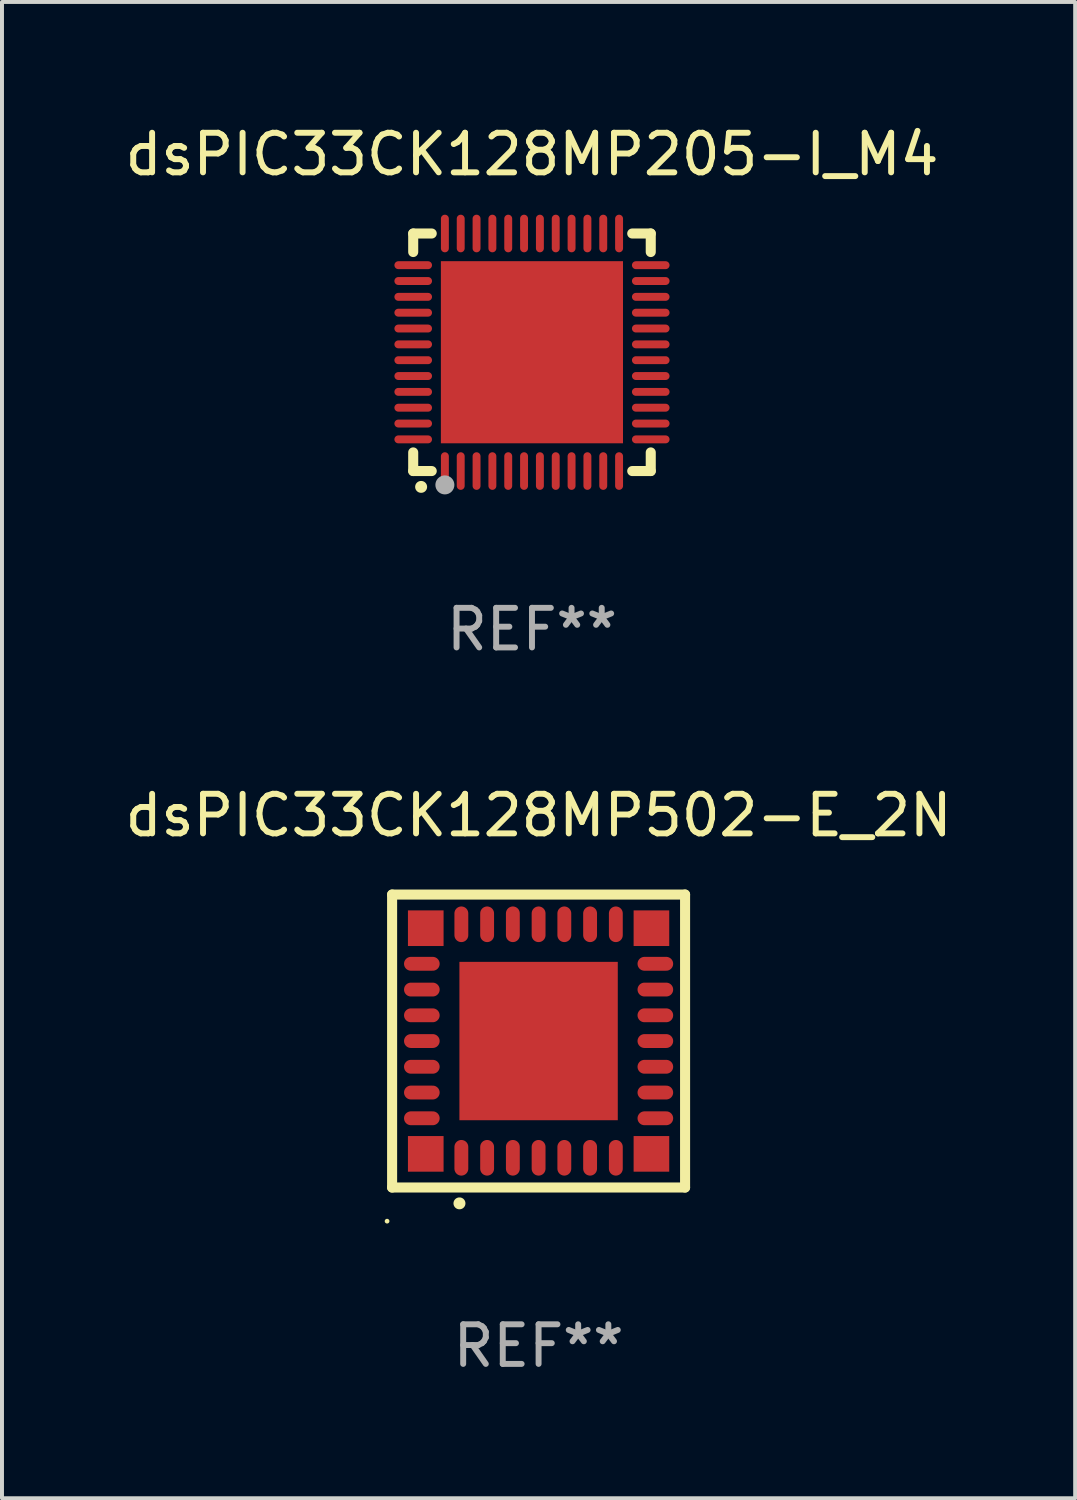
<source format=kicad_pcb>
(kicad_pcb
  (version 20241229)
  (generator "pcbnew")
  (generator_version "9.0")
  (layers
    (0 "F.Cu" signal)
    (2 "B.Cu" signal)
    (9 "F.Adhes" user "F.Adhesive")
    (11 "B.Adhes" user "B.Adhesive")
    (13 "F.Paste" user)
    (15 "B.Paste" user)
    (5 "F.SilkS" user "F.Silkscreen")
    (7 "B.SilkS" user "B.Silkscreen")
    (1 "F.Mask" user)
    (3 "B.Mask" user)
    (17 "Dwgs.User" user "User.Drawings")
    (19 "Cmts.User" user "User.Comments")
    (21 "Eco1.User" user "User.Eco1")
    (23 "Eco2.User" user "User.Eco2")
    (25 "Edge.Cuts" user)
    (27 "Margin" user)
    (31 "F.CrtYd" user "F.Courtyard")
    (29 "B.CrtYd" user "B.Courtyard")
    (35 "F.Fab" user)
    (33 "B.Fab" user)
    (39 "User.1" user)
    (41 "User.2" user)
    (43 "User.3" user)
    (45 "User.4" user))
  (footprint "dsPIC33CK128MP502-E_2N"
    (layer "F.Cu")
    (at 10.554 23.245)
    (property "Reference" "dsPIC33CK128MP502-E_2N" (at 0 -5.7 0) (layer "F.SilkS") (effects (font (size 1 1) (thickness 0.15))))
    (attr through_hole)
    (fp_line (start -3.7 -3.7) (end 3.7 -3.7) (stroke (width 0.254) (type solid)) (layer "F.SilkS"))
    (fp_line (start -3.7 3.7) (end -3.7 -3.7) (stroke (width 0.254) (type solid)) (layer "F.SilkS"))
    (fp_line (start 3.7 -3.7) (end 3.7 3.7) (stroke (width 0.254) (type solid)) (layer "F.SilkS"))
    (fp_line (start 3.7 3.7) (end -3.7 3.7) (stroke (width 0.254) (type solid)) (layer "F.SilkS"))
    (fp_arc (start -2 4.1) (mid -1.99873 4.099995) (end -1.99746 4.1) (stroke (width 0.3) (type solid)) (layer "F.SilkS"))
    (fp_circle (center -3.827 4.55) (end -3.797 4.55) (stroke (width 0.06) (type solid)) (fill no) (layer "F.SilkS"))
    (fp_text user "REF**" (at 0 7.7 0) (layer "F.Fab") (effects (font (size 1 1) (thickness 0.15))))
    (pad "1" smd oval (at -1.951 2.949 180) (size 0.35 0.9) (layers "F.Cu" "F.Mask" "F.Paste"))
    (pad "2" smd oval (at -1.3 2.949 180) (size 0.35 0.9) (layers "F.Cu" "F.Mask" "F.Paste"))
    (pad "3" smd oval (at -0.65 2.949 180) (size 0.35 0.9) (layers "F.Cu" "F.Mask" "F.Paste"))
    (pad "4" smd oval (at 0.000051 2.949 180) (size 0.35 0.9) (layers "F.Cu" "F.Mask" "F.Paste"))
    (pad "5" smd oval (at 0.65 2.949 180) (size 0.35 0.9) (layers "F.Cu" "F.Mask" "F.Paste"))
    (pad "6" smd oval (at 1.301 2.949 180) (size 0.35 0.9) (layers "F.Cu" "F.Mask" "F.Paste"))
    (pad "7" smd oval (at 1.951 2.949 180) (size 0.35 0.9) (layers "F.Cu" "F.Mask" "F.Paste"))
    (pad "8" smd oval (at 2.949 1.951 90) (size 0.35 0.9) (layers "F.Cu" "F.Mask" "F.Paste"))
    (pad "9" smd oval (at 2.949 1.301 90) (size 0.35 0.9) (layers "F.Cu" "F.Mask" "F.Paste"))
    (pad "10" smd oval (at 2.949 0.65 90) (size 0.35 0.9) (layers "F.Cu" "F.Mask" "F.Paste"))
    (pad "11" smd oval (at 2.949 0.000051 90) (size 0.35 0.9) (layers "F.Cu" "F.Mask" "F.Paste"))
    (pad "12" smd oval (at 2.949 -0.65 90) (size 0.35 0.9) (layers "F.Cu" "F.Mask" "F.Paste"))
    (pad "13" smd oval (at 2.949 -1.3 90) (size 0.35 0.9) (layers "F.Cu" "F.Mask" "F.Paste"))
    (pad "14" smd oval (at 2.949 -1.951 90) (size 0.35 0.9) (layers "F.Cu" "F.Mask" "F.Paste"))
    (pad "15" smd oval (at 1.951 -2.949 180) (size 0.35 0.9) (layers "F.Cu" "F.Mask" "F.Paste"))
    (pad "16" smd oval (at 1.301 -2.949 180) (size 0.35 0.9) (layers "F.Cu" "F.Mask" "F.Paste"))
    (pad "17" smd oval (at 0.65 -2.949 180) (size 0.35 0.9) (layers "F.Cu" "F.Mask" "F.Paste"))
    (pad "18" smd oval (at 0.000051 -2.949 180) (size 0.35 0.9) (layers "F.Cu" "F.Mask" "F.Paste"))
    (pad "19" smd oval (at -0.65 -2.949 180) (size 0.35 0.9) (layers "F.Cu" "F.Mask" "F.Paste"))
    (pad "20" smd oval (at -1.3 -2.949 180) (size 0.35 0.9) (layers "F.Cu" "F.Mask" "F.Paste"))
    (pad "21" smd oval (at -1.951 -2.949 180) (size 0.35 0.9) (layers "F.Cu" "F.Mask" "F.Paste"))
    (pad "22" smd oval (at -2.949 -1.951 90) (size 0.35 0.9) (layers "F.Cu" "F.Mask" "F.Paste"))
    (pad "23" smd oval (at -2.949 -1.3 90) (size 0.35 0.9) (layers "F.Cu" "F.Mask" "F.Paste"))
    (pad "24" smd oval (at -2.949 -0.65 90) (size 0.35 0.9) (layers "F.Cu" "F.Mask" "F.Paste"))
    (pad "25" smd oval (at -2.949 0.000051 90) (size 0.35 0.9) (layers "F.Cu" "F.Mask" "F.Paste"))
    (pad "26" smd oval (at -2.949 0.65 90) (size 0.35 0.9) (layers "F.Cu" "F.Mask" "F.Paste"))
    (pad "27" smd oval (at -2.949 1.301 90) (size 0.35 0.9) (layers "F.Cu" "F.Mask" "F.Paste"))
    (pad "28" smd oval (at -2.949 1.951 90) (size 0.35 0.9) (layers "F.Cu" "F.Mask" "F.Paste"))
    (pad "29" smd rect (at -2.85 -2.85 90) (size 0.9 0.9) (layers "F.Cu" "F.Mask" "F.Paste"))
    (pad "29" smd rect (at -2.85 2.85 90) (size 0.9 0.9) (layers "F.Cu" "F.Mask" "F.Paste"))
    (pad "29" smd rect (at 0.000051 0.000051 90) (size 4 4) (layers "F.Cu" "F.Mask" "F.Paste"))
    (pad "29" smd rect (at 2.85 -2.85 90) (size 0.9 0.9) (layers "F.Cu" "F.Mask" "F.Paste"))
    (pad "29" smd rect (at 2.85 2.85 90) (size 0.9 0.9) (layers "F.Cu" "F.Mask" "F.Paste")))
  (footprint "dsPIC33CK128MP205-I_M4"
    (layer "F.Cu")
    (at 10.387 5.848)
    (property "Reference" "dsPIC33CK128MP205-I_M4" (at 0 -5 0) (layer "F.SilkS") (effects (font (size 1 1) (thickness 0.15))))
    (attr through_hole)
    (fp_line (start -3 -3) (end -2.532 -3) (stroke (width 0.254) (type solid)) (layer "F.SilkS"))
    (fp_line (start -3 -2.532) (end -3 -3) (stroke (width 0.254) (type solid)) (layer "F.SilkS"))
    (fp_line (start -3 3) (end -3 2.529) (stroke (width 0.254) (type solid)) (layer "F.SilkS"))
    (fp_line (start -2.532 3) (end -3 3) (stroke (width 0.254) (type solid)) (layer "F.SilkS"))
    (fp_line (start 2.532 -3) (end 3 -3) (stroke (width 0.254) (type solid)) (layer "F.SilkS"))
    (fp_line (start 3 -3) (end 3 -2.532) (stroke (width 0.254) (type solid)) (layer "F.SilkS"))
    (fp_line (start 3 2.529) (end 3 3) (stroke (width 0.254) (type solid)) (layer "F.SilkS"))
    (fp_line (start 3 3) (end 2.532 3) (stroke (width 0.254) (type solid)) (layer "F.SilkS"))
    (fp_arc (start -2.801295 3.400025) (mid -2.800025 3.40002) (end -2.798755 3.400025) (stroke (width 0.3) (type solid)) (layer "F.SilkS"))
    (fp_circle (center -3 3) (end -2.97 3) (stroke (width 0.06) (type solid)) (fill no) (layer "F.SilkS"))
    (fp_circle (center -2.2 3.35) (end -2.08 3.35) (stroke (width 0.24) (type solid)) (fill no) (layer "F.Fab"))
    (fp_text user "REF**" (at 0 7 0) (layer "F.Fab") (effects (font (size 1 1) (thickness 0.15))))
    (pad "1" smd oval (at -2.2 3) (size 0.2 0.95) (layers "F.Cu" "F.Mask" "F.Paste"))
    (pad "2" smd oval (at -1.8 3) (size 0.2 0.95) (layers "F.Cu" "F.Mask" "F.Paste"))
    (pad "3" smd oval (at -1.4 3) (size 0.2 0.95) (layers "F.Cu" "F.Mask" "F.Paste"))
    (pad "4" smd oval (at -1 3) (size 0.2 0.95) (layers "F.Cu" "F.Mask" "F.Paste"))
    (pad "5" smd oval (at -0.6 3) (size 0.2 0.95) (layers "F.Cu" "F.Mask" "F.Paste"))
    (pad "6" smd oval (at -0.2 3) (size 0.2 0.95) (layers "F.Cu" "F.Mask" "F.Paste"))
    (pad "7" smd oval (at 0.2 3) (size 0.2 0.95) (layers "F.Cu" "F.Mask" "F.Paste"))
    (pad "8" smd oval (at 0.6 3) (size 0.2 0.95) (layers "F.Cu" "F.Mask" "F.Paste"))
    (pad "9" smd oval (at 1 3) (size 0.2 0.95) (layers "F.Cu" "F.Mask" "F.Paste"))
    (pad "10" smd oval (at 1.4 3) (size 0.2 0.95) (layers "F.Cu" "F.Mask" "F.Paste"))
    (pad "11" smd oval (at 1.8 3) (size 0.2 0.95) (layers "F.Cu" "F.Mask" "F.Paste"))
    (pad "12" smd oval (at 2.2 3) (size 0.2 0.95) (layers "F.Cu" "F.Mask" "F.Paste"))
    (pad "13" smd oval (at 3 2.2 90) (size 0.2 0.95) (layers "F.Cu" "F.Mask" "F.Paste"))
    (pad "14" smd oval (at 3 1.8 90) (size 0.2 0.95) (layers "F.Cu" "F.Mask" "F.Paste"))
    (pad "15" smd oval (at 3 1.4 90) (size 0.2 0.95) (layers "F.Cu" "F.Mask" "F.Paste"))
    (pad "16" smd oval (at 3 1 90) (size 0.2 0.95) (layers "F.Cu" "F.Mask" "F.Paste"))
    (pad "17" smd oval (at 3 0.6 90) (size 0.2 0.95) (layers "F.Cu" "F.Mask" "F.Paste"))
    (pad "18" smd oval (at 3 0.2 90) (size 0.2 0.95) (layers "F.Cu" "F.Mask" "F.Paste"))
    (pad "19" smd oval (at 3 -0.2 90) (size 0.2 0.95) (layers "F.Cu" "F.Mask" "F.Paste"))
    (pad "20" smd oval (at 3 -0.6 90) (size 0.2 0.95) (layers "F.Cu" "F.Mask" "F.Paste"))
    (pad "21" smd oval (at 3 -1 90) (size 0.2 0.95) (layers "F.Cu" "F.Mask" "F.Paste"))
    (pad "22" smd oval (at 3 -1.4 90) (size 0.2 0.95) (layers "F.Cu" "F.Mask" "F.Paste"))
    (pad "23" smd oval (at 3 -1.8 90) (size 0.2 0.95) (layers "F.Cu" "F.Mask" "F.Paste"))
    (pad "24" smd oval (at 3 -2.2 90) (size 0.2 0.95) (layers "F.Cu" "F.Mask" "F.Paste"))
    (pad "25" smd oval (at 2.2 -3 180) (size 0.2 0.95) (layers "F.Cu" "F.Mask" "F.Paste"))
    (pad "26" smd oval (at 1.8 -3 180) (size 0.2 0.95) (layers "F.Cu" "F.Mask" "F.Paste"))
    (pad "27" smd oval (at 1.4 -3 180) (size 0.2 0.95) (layers "F.Cu" "F.Mask" "F.Paste"))
    (pad "28" smd oval (at 1 -3 180) (size 0.2 0.95) (layers "F.Cu" "F.Mask" "F.Paste"))
    (pad "29" smd oval (at 0.6 -3 180) (size 0.2 0.95) (layers "F.Cu" "F.Mask" "F.Paste"))
    (pad "30" smd oval (at 0.2 -3 180) (size 0.2 0.95) (layers "F.Cu" "F.Mask" "F.Paste"))
    (pad "31" smd oval (at -0.2 -3 180) (size 0.2 0.95) (layers "F.Cu" "F.Mask" "F.Paste"))
    (pad "32" smd oval (at -0.6 -3 180) (size 0.2 0.95) (layers "F.Cu" "F.Mask" "F.Paste"))
    (pad "33" smd oval (at -1 -3 180) (size 0.2 0.95) (layers "F.Cu" "F.Mask" "F.Paste"))
    (pad "34" smd oval (at -1.4 -3 180) (size 0.2 0.95) (layers "F.Cu" "F.Mask" "F.Paste"))
    (pad "35" smd oval (at -1.8 -3 180) (size 0.2 0.95) (layers "F.Cu" "F.Mask" "F.Paste"))
    (pad "36" smd oval (at -2.2 -3 180) (size 0.2 0.95) (layers "F.Cu" "F.Mask" "F.Paste"))
    (pad "37" smd oval (at -3 -2.2 270) (size 0.2 0.95) (layers "F.Cu" "F.Mask" "F.Paste"))
    (pad "38" smd oval (at -3 -1.8 270) (size 0.2 0.95) (layers "F.Cu" "F.Mask" "F.Paste"))
    (pad "39" smd oval (at -3 -1.4 270) (size 0.2 0.95) (layers "F.Cu" "F.Mask" "F.Paste"))
    (pad "40" smd oval (at -3 -1 270) (size 0.2 0.95) (layers "F.Cu" "F.Mask" "F.Paste"))
    (pad "41" smd oval (at -3 -0.6 270) (size 0.2 0.95) (layers "F.Cu" "F.Mask" "F.Paste"))
    (pad "42" smd oval (at -3 -0.2 270) (size 0.2 0.95) (layers "F.Cu" "F.Mask" "F.Paste"))
    (pad "43" smd oval (at -3 0.2 270) (size 0.2 0.95) (layers "F.Cu" "F.Mask" "F.Paste"))
    (pad "44" smd oval (at -3 0.6 270) (size 0.2 0.95) (layers "F.Cu" "F.Mask" "F.Paste"))
    (pad "45" smd oval (at -3 1 270) (size 0.2 0.95) (layers "F.Cu" "F.Mask" "F.Paste"))
    (pad "46" smd oval (at -3 1.4 270) (size 0.2 0.95) (layers "F.Cu" "F.Mask" "F.Paste"))
    (pad "47" smd oval (at -3 1.8 270) (size 0.2 0.95) (layers "F.Cu" "F.Mask" "F.Paste"))
    (pad "48" smd oval (at -3 2.2 270) (size 0.2 0.95) (layers "F.Cu" "F.Mask" "F.Paste"))
    (pad "49" smd rect (at -0.001 -0.001 180) (size 4.6 4.6) (layers "F.Cu" "F.Mask" "F.Paste")))
  (gr_rect
    (start -3 -3)
    (end 24.107 34.793)
    (stroke (width 0.1) (type default))
    (fill no)
    (layer "Edge.Cuts")))
</source>
